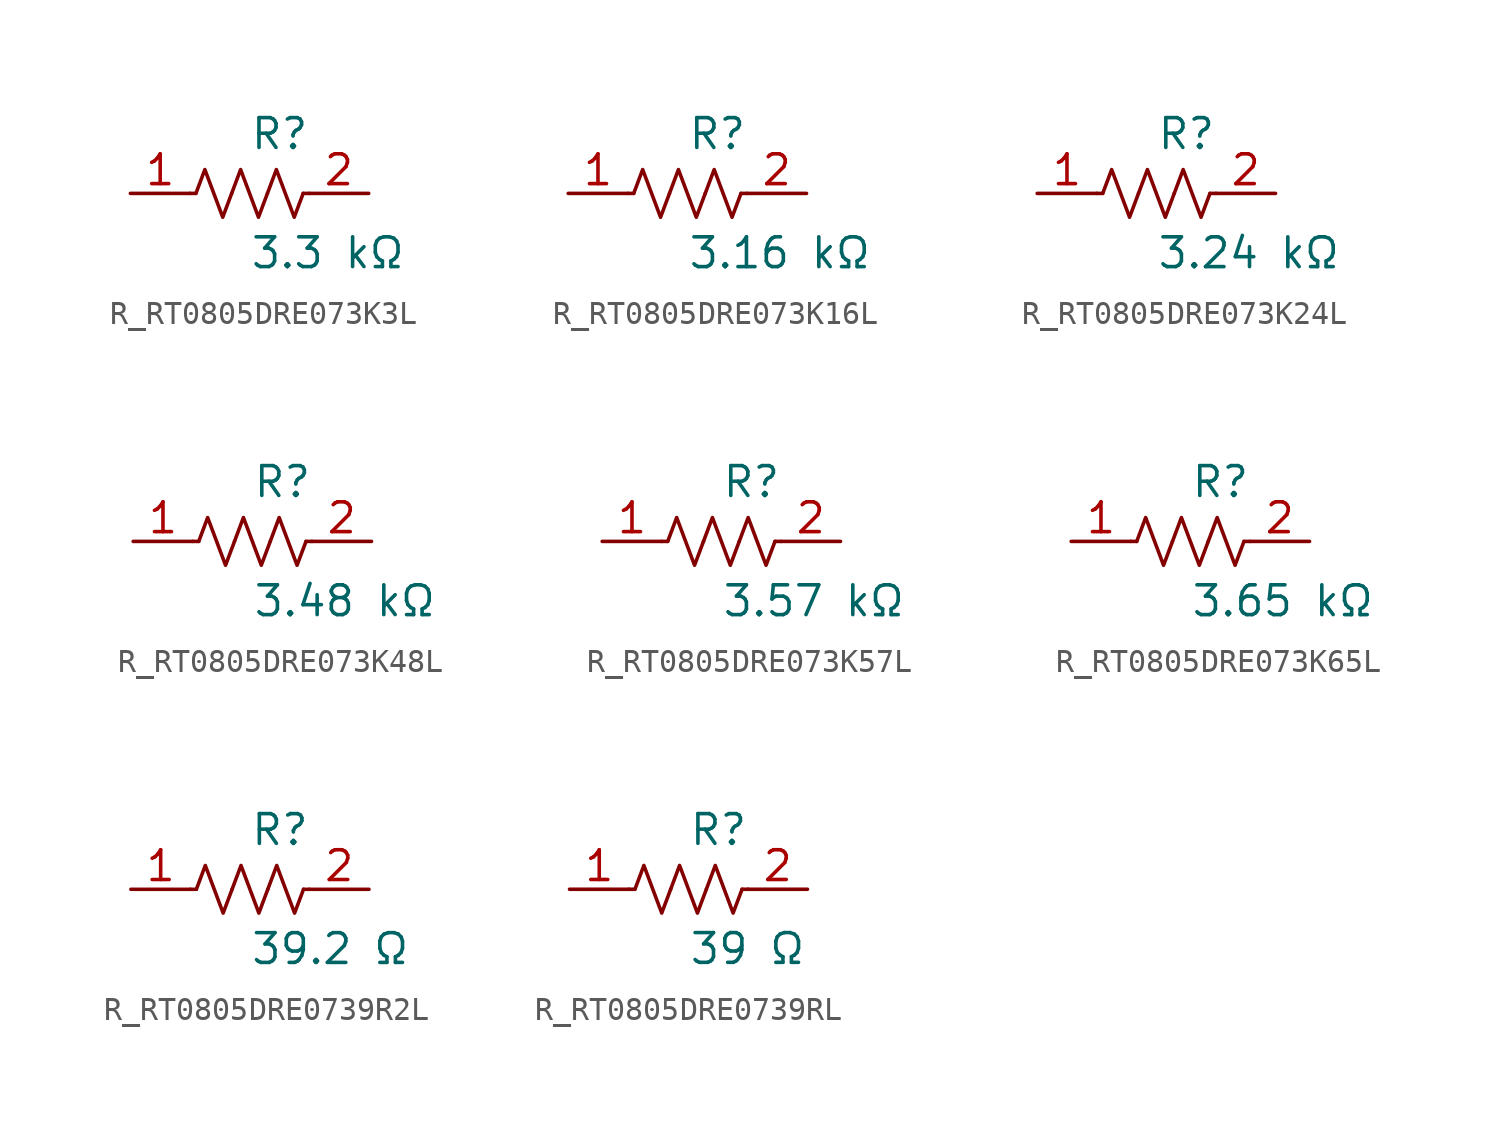
<source format=kicad_sym>
(kicad_symbol_lib
  (version 20231120)
  (generator kicad_symbol_editor)
  (generator_version 8.0)
  (symbol "R_RT0805DRE073K3L"
    (pin_names
      (offset 0.254))
    (property "Reference" "R"
      (at 0.0 2.54 0)
      (effects (font (size 1.27 1.27)) (justify left)))
    (property "Value" "3.3 kΩ"
      (at 0.0 -2.54 0)
      (effects (font (size 1.27 1.27)) (justify left)))
    (symbol "R_RT0805DRE073K3L_0_1"
      (polyline (pts (xy 2.286 0) (xy 2.54 0)) (stroke (width 0) (type default)) (fill (type none)))
      (polyline (pts (xy -2.286 0) (xy -2.54 0)) (stroke (width 0) (type default)) (fill (type none)))
      (polyline (pts (xy 0.762 0) (xy 1.143 1.016) (xy 1.524 0) (xy 1.905 -1.016) (xy 2.286 0)) (stroke (width 0) (type default)) (fill (type none)))
      (polyline (pts (xy -0.762 0) (xy -0.381 1.016) (xy 0 0) (xy 0.381 -1.016) (xy 0.762 0)) (stroke (width 0) (type default)) (fill (type none)))
      (polyline (pts (xy -2.286 0) (xy -1.905 1.016) (xy -1.524 0) (xy -1.143 -1.016) (xy -0.762 0)) (stroke (width 0) (type default)) (fill (type none))))
    (pin unspecified line
      (at -5.08 0 0)
      (length 2.54)
      (name "" (effects (font (size 1.27 1.27))))
      (number "1" (effects (font (size 1.27 1.27)))))
    (pin unspecified line
      (at 5.08 0 180)
      (length 2.54)
      (name "" (effects (font (size 1.27 1.27))))
      (number "2" (effects (font (size 1.27 1.27))))))
  (symbol "R_RT0805DRE073K16L"
    (pin_names
      (offset 0.254))
    (property "Reference" "R"
      (at 0.0 2.54 0)
      (effects (font (size 1.27 1.27)) (justify left)))
    (property "Value" "3.16 kΩ"
      (at 0.0 -2.54 0)
      (effects (font (size 1.27 1.27)) (justify left)))
    (symbol "R_RT0805DRE073K16L_0_1"
      (polyline (pts (xy 2.286 0) (xy 2.54 0)) (stroke (width 0) (type default)) (fill (type none)))
      (polyline (pts (xy -2.286 0) (xy -2.54 0)) (stroke (width 0) (type default)) (fill (type none)))
      (polyline (pts (xy 0.762 0) (xy 1.143 1.016) (xy 1.524 0) (xy 1.905 -1.016) (xy 2.286 0)) (stroke (width 0) (type default)) (fill (type none)))
      (polyline (pts (xy -0.762 0) (xy -0.381 1.016) (xy 0 0) (xy 0.381 -1.016) (xy 0.762 0)) (stroke (width 0) (type default)) (fill (type none)))
      (polyline (pts (xy -2.286 0) (xy -1.905 1.016) (xy -1.524 0) (xy -1.143 -1.016) (xy -0.762 0)) (stroke (width 0) (type default)) (fill (type none))))
    (pin unspecified line
      (at -5.08 0 0)
      (length 2.54)
      (name "" (effects (font (size 1.27 1.27))))
      (number "1" (effects (font (size 1.27 1.27)))))
    (pin unspecified line
      (at 5.08 0 180)
      (length 2.54)
      (name "" (effects (font (size 1.27 1.27))))
      (number "2" (effects (font (size 1.27 1.27))))))
  (symbol "R_RT0805DRE073K24L"
    (pin_names
      (offset 0.254))
    (property "Reference" "R"
      (at 0.0 2.54 0)
      (effects (font (size 1.27 1.27)) (justify left)))
    (property "Value" "3.24 kΩ"
      (at 0.0 -2.54 0)
      (effects (font (size 1.27 1.27)) (justify left)))
    (symbol "R_RT0805DRE073K24L_0_1"
      (polyline (pts (xy 2.286 0) (xy 2.54 0)) (stroke (width 0) (type default)) (fill (type none)))
      (polyline (pts (xy -2.286 0) (xy -2.54 0)) (stroke (width 0) (type default)) (fill (type none)))
      (polyline (pts (xy 0.762 0) (xy 1.143 1.016) (xy 1.524 0) (xy 1.905 -1.016) (xy 2.286 0)) (stroke (width 0) (type default)) (fill (type none)))
      (polyline (pts (xy -0.762 0) (xy -0.381 1.016) (xy 0 0) (xy 0.381 -1.016) (xy 0.762 0)) (stroke (width 0) (type default)) (fill (type none)))
      (polyline (pts (xy -2.286 0) (xy -1.905 1.016) (xy -1.524 0) (xy -1.143 -1.016) (xy -0.762 0)) (stroke (width 0) (type default)) (fill (type none))))
    (pin unspecified line
      (at -5.08 0 0)
      (length 2.54)
      (name "" (effects (font (size 1.27 1.27))))
      (number "1" (effects (font (size 1.27 1.27)))))
    (pin unspecified line
      (at 5.08 0 180)
      (length 2.54)
      (name "" (effects (font (size 1.27 1.27))))
      (number "2" (effects (font (size 1.27 1.27))))))
  (symbol "R_RT0805DRE073K48L"
    (pin_names
      (offset 0.254))
    (property "Reference" "R"
      (at 0.0 2.54 0)
      (effects (font (size 1.27 1.27)) (justify left)))
    (property "Value" "3.48 kΩ"
      (at 0.0 -2.54 0)
      (effects (font (size 1.27 1.27)) (justify left)))
    (symbol "R_RT0805DRE073K48L_0_1"
      (polyline (pts (xy 2.286 0) (xy 2.54 0)) (stroke (width 0) (type default)) (fill (type none)))
      (polyline (pts (xy -2.286 0) (xy -2.54 0)) (stroke (width 0) (type default)) (fill (type none)))
      (polyline (pts (xy 0.762 0) (xy 1.143 1.016) (xy 1.524 0) (xy 1.905 -1.016) (xy 2.286 0)) (stroke (width 0) (type default)) (fill (type none)))
      (polyline (pts (xy -0.762 0) (xy -0.381 1.016) (xy 0 0) (xy 0.381 -1.016) (xy 0.762 0)) (stroke (width 0) (type default)) (fill (type none)))
      (polyline (pts (xy -2.286 0) (xy -1.905 1.016) (xy -1.524 0) (xy -1.143 -1.016) (xy -0.762 0)) (stroke (width 0) (type default)) (fill (type none))))
    (pin unspecified line
      (at -5.08 0 0)
      (length 2.54)
      (name "" (effects (font (size 1.27 1.27))))
      (number "1" (effects (font (size 1.27 1.27)))))
    (pin unspecified line
      (at 5.08 0 180)
      (length 2.54)
      (name "" (effects (font (size 1.27 1.27))))
      (number "2" (effects (font (size 1.27 1.27))))))
  (symbol "R_RT0805DRE073K57L"
    (pin_names
      (offset 0.254))
    (property "Reference" "R"
      (at 0.0 2.54 0)
      (effects (font (size 1.27 1.27)) (justify left)))
    (property "Value" "3.57 kΩ"
      (at 0.0 -2.54 0)
      (effects (font (size 1.27 1.27)) (justify left)))
    (symbol "R_RT0805DRE073K57L_0_1"
      (polyline (pts (xy 2.286 0) (xy 2.54 0)) (stroke (width 0) (type default)) (fill (type none)))
      (polyline (pts (xy -2.286 0) (xy -2.54 0)) (stroke (width 0) (type default)) (fill (type none)))
      (polyline (pts (xy 0.762 0) (xy 1.143 1.016) (xy 1.524 0) (xy 1.905 -1.016) (xy 2.286 0)) (stroke (width 0) (type default)) (fill (type none)))
      (polyline (pts (xy -0.762 0) (xy -0.381 1.016) (xy 0 0) (xy 0.381 -1.016) (xy 0.762 0)) (stroke (width 0) (type default)) (fill (type none)))
      (polyline (pts (xy -2.286 0) (xy -1.905 1.016) (xy -1.524 0) (xy -1.143 -1.016) (xy -0.762 0)) (stroke (width 0) (type default)) (fill (type none))))
    (pin unspecified line
      (at -5.08 0 0)
      (length 2.54)
      (name "" (effects (font (size 1.27 1.27))))
      (number "1" (effects (font (size 1.27 1.27)))))
    (pin unspecified line
      (at 5.08 0 180)
      (length 2.54)
      (name "" (effects (font (size 1.27 1.27))))
      (number "2" (effects (font (size 1.27 1.27))))))
  (symbol "R_RT0805DRE073K65L"
    (pin_names
      (offset 0.254))
    (property "Reference" "R"
      (at 0.0 2.54 0)
      (effects (font (size 1.27 1.27)) (justify left)))
    (property "Value" "3.65 kΩ"
      (at 0.0 -2.54 0)
      (effects (font (size 1.27 1.27)) (justify left)))
    (symbol "R_RT0805DRE073K65L_0_1"
      (polyline (pts (xy 2.286 0) (xy 2.54 0)) (stroke (width 0) (type default)) (fill (type none)))
      (polyline (pts (xy -2.286 0) (xy -2.54 0)) (stroke (width 0) (type default)) (fill (type none)))
      (polyline (pts (xy 0.762 0) (xy 1.143 1.016) (xy 1.524 0) (xy 1.905 -1.016) (xy 2.286 0)) (stroke (width 0) (type default)) (fill (type none)))
      (polyline (pts (xy -0.762 0) (xy -0.381 1.016) (xy 0 0) (xy 0.381 -1.016) (xy 0.762 0)) (stroke (width 0) (type default)) (fill (type none)))
      (polyline (pts (xy -2.286 0) (xy -1.905 1.016) (xy -1.524 0) (xy -1.143 -1.016) (xy -0.762 0)) (stroke (width 0) (type default)) (fill (type none))))
    (pin unspecified line
      (at -5.08 0 0)
      (length 2.54)
      (name "" (effects (font (size 1.27 1.27))))
      (number "1" (effects (font (size 1.27 1.27)))))
    (pin unspecified line
      (at 5.08 0 180)
      (length 2.54)
      (name "" (effects (font (size 1.27 1.27))))
      (number "2" (effects (font (size 1.27 1.27))))))
  (symbol "R_RT0805DRE0739R2L"
    (pin_names
      (offset 0.254))
    (property "Reference" "R"
      (at 0.0 2.54 0)
      (effects (font (size 1.27 1.27)) (justify left)))
    (property "Value" "39.2 Ω"
      (at 0.0 -2.54 0)
      (effects (font (size 1.27 1.27)) (justify left)))
    (symbol "R_RT0805DRE0739R2L_0_1"
      (polyline (pts (xy 2.286 0) (xy 2.54 0)) (stroke (width 0) (type default)) (fill (type none)))
      (polyline (pts (xy -2.286 0) (xy -2.54 0)) (stroke (width 0) (type default)) (fill (type none)))
      (polyline (pts (xy 0.762 0) (xy 1.143 1.016) (xy 1.524 0) (xy 1.905 -1.016) (xy 2.286 0)) (stroke (width 0) (type default)) (fill (type none)))
      (polyline (pts (xy -0.762 0) (xy -0.381 1.016) (xy 0 0) (xy 0.381 -1.016) (xy 0.762 0)) (stroke (width 0) (type default)) (fill (type none)))
      (polyline (pts (xy -2.286 0) (xy -1.905 1.016) (xy -1.524 0) (xy -1.143 -1.016) (xy -0.762 0)) (stroke (width 0) (type default)) (fill (type none))))
    (pin unspecified line
      (at -5.08 0 0)
      (length 2.54)
      (name "" (effects (font (size 1.27 1.27))))
      (number "1" (effects (font (size 1.27 1.27)))))
    (pin unspecified line
      (at 5.08 0 180)
      (length 2.54)
      (name "" (effects (font (size 1.27 1.27))))
      (number "2" (effects (font (size 1.27 1.27))))))
  (symbol "R_RT0805DRE0739RL"
    (pin_names
      (offset 0.254))
    (property "Reference" "R"
      (at 0.0 2.54 0)
      (effects (font (size 1.27 1.27)) (justify left)))
    (property "Value" "39 Ω"
      (at 0.0 -2.54 0)
      (effects (font (size 1.27 1.27)) (justify left)))
    (symbol "R_RT0805DRE0739RL_0_1"
      (polyline (pts (xy 2.286 0) (xy 2.54 0)) (stroke (width 0) (type default)) (fill (type none)))
      (polyline (pts (xy -2.286 0) (xy -2.54 0)) (stroke (width 0) (type default)) (fill (type none)))
      (polyline (pts (xy 0.762 0) (xy 1.143 1.016) (xy 1.524 0) (xy 1.905 -1.016) (xy 2.286 0)) (stroke (width 0) (type default)) (fill (type none)))
      (polyline (pts (xy -0.762 0) (xy -0.381 1.016) (xy 0 0) (xy 0.381 -1.016) (xy 0.762 0)) (stroke (width 0) (type default)) (fill (type none)))
      (polyline (pts (xy -2.286 0) (xy -1.905 1.016) (xy -1.524 0) (xy -1.143 -1.016) (xy -0.762 0)) (stroke (width 0) (type default)) (fill (type none))))
    (pin unspecified line
      (at -5.08 0 0)
      (length 2.54)
      (name "" (effects (font (size 1.27 1.27))))
      (number "1" (effects (font (size 1.27 1.27)))))
    (pin unspecified line
      (at 5.08 0 180)
      (length 2.54)
      (name "" (effects (font (size 1.27 1.27))))
      (number "2" (effects (font (size 1.27 1.27)))))))
</source>
